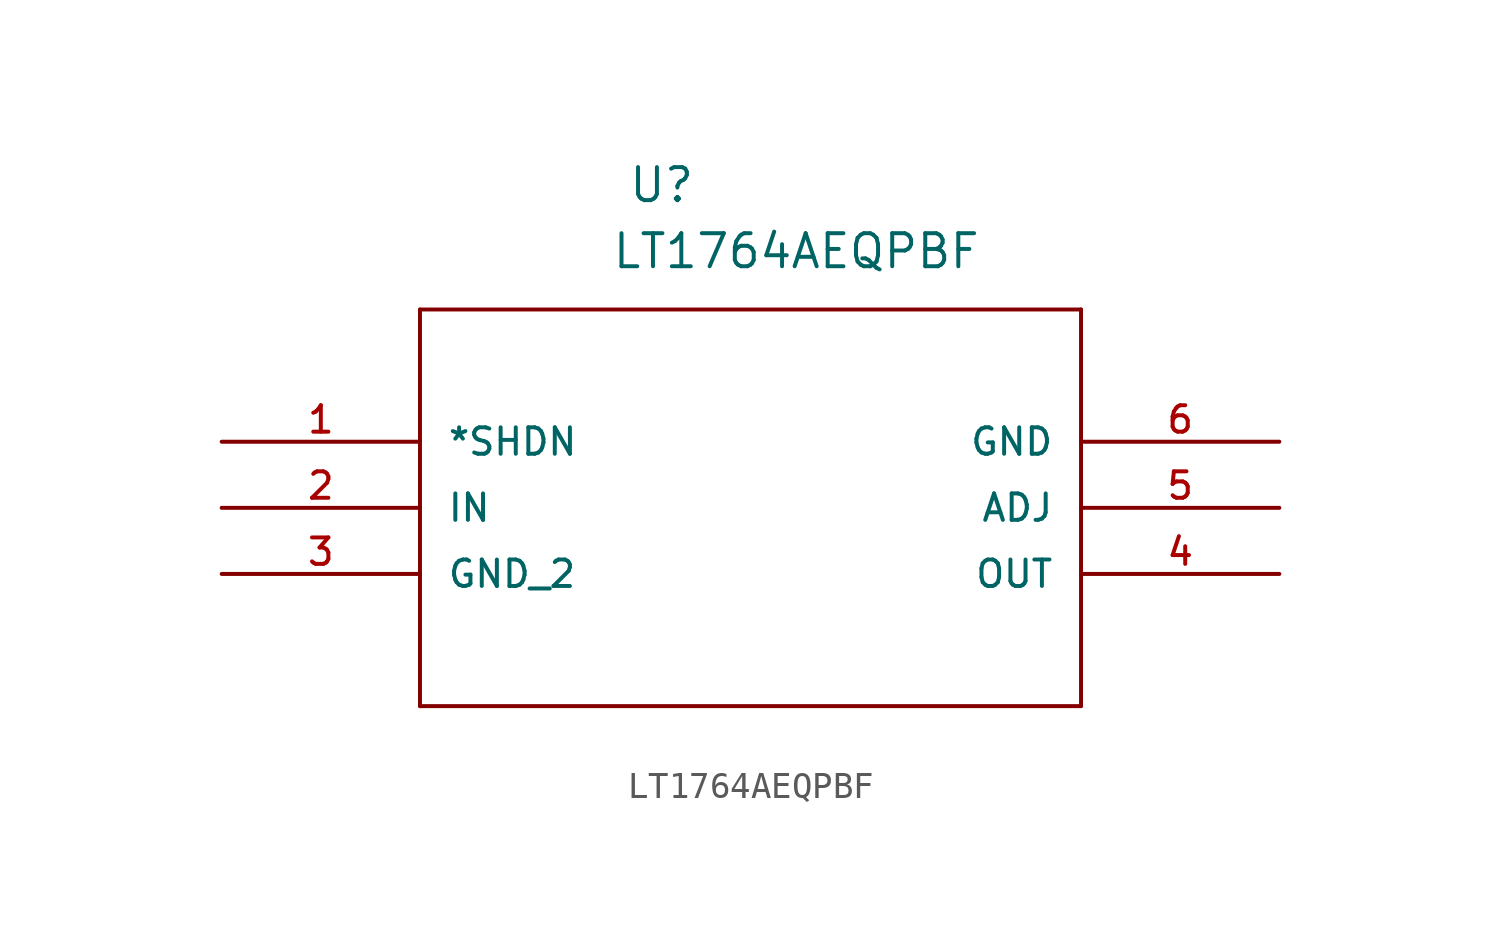
<source format=kicad_sym>
(kicad_symbol_lib
  (version 20211014)
  (generator kicad_symbol_editor)
  (symbol "LT1764AEQPBF"
    (pin_names
      (offset 1.016))
    (property "Reference" "U"
      (at 15.596 9.119 0.0)
      (effects (font (size 1.27 1.27)) (justify bottom left)))
    (property "Value" "LT1764AEQPBF"
      (at 14.961 6.579 0.0)
      (effects (font (size 1.27 1.27)) (justify bottom left)))
    (symbol "LT1764AEQPBF_0_0"
      (polyline (pts (xy 7.62 5.08) (xy 7.62 -10.16)) (stroke (width 0.152)))
      (polyline (pts (xy 7.62 -10.16) (xy 33.02 -10.16)) (stroke (width 0.152)))
      (polyline (pts (xy 33.02 -10.16) (xy 33.02 5.08)) (stroke (width 0.152)))
      (polyline (pts (xy 33.02 5.08) (xy 7.62 5.08)) (stroke (width 0.152)))
      (pin passive line (at 0.0 0.0 0) (length 7.62) (name "*SHDN" (effects (font (size 1.016 1.016)))) (number "1" (effects (font (size 1.016 1.016)))))
      (pin input line (at 0.0 -2.54 0) (length 7.62) (name "IN" (effects (font (size 1.016 1.016)))) (number "2" (effects (font (size 1.016 1.016)))))
      (pin power_in line (at 0.0 -5.08 0) (length 7.62) (name "GND_2" (effects (font (size 1.016 1.016)))) (number "3" (effects (font (size 1.016 1.016)))))
      (pin output line (at 40.64 -5.08 180.0) (length 7.62) (name "OUT" (effects (font (size 1.016 1.016)))) (number "4" (effects (font (size 1.016 1.016)))))
      (pin passive line (at 40.64 -2.54 180.0) (length 7.62) (name "ADJ" (effects (font (size 1.016 1.016)))) (number "5" (effects (font (size 1.016 1.016)))))
      (pin power_in line (at 40.64 0.0 180.0) (length 7.62) (name "GND" (effects (font (size 1.016 1.016)))) (number "6" (effects (font (size 1.016 1.016))))))))
</source>
